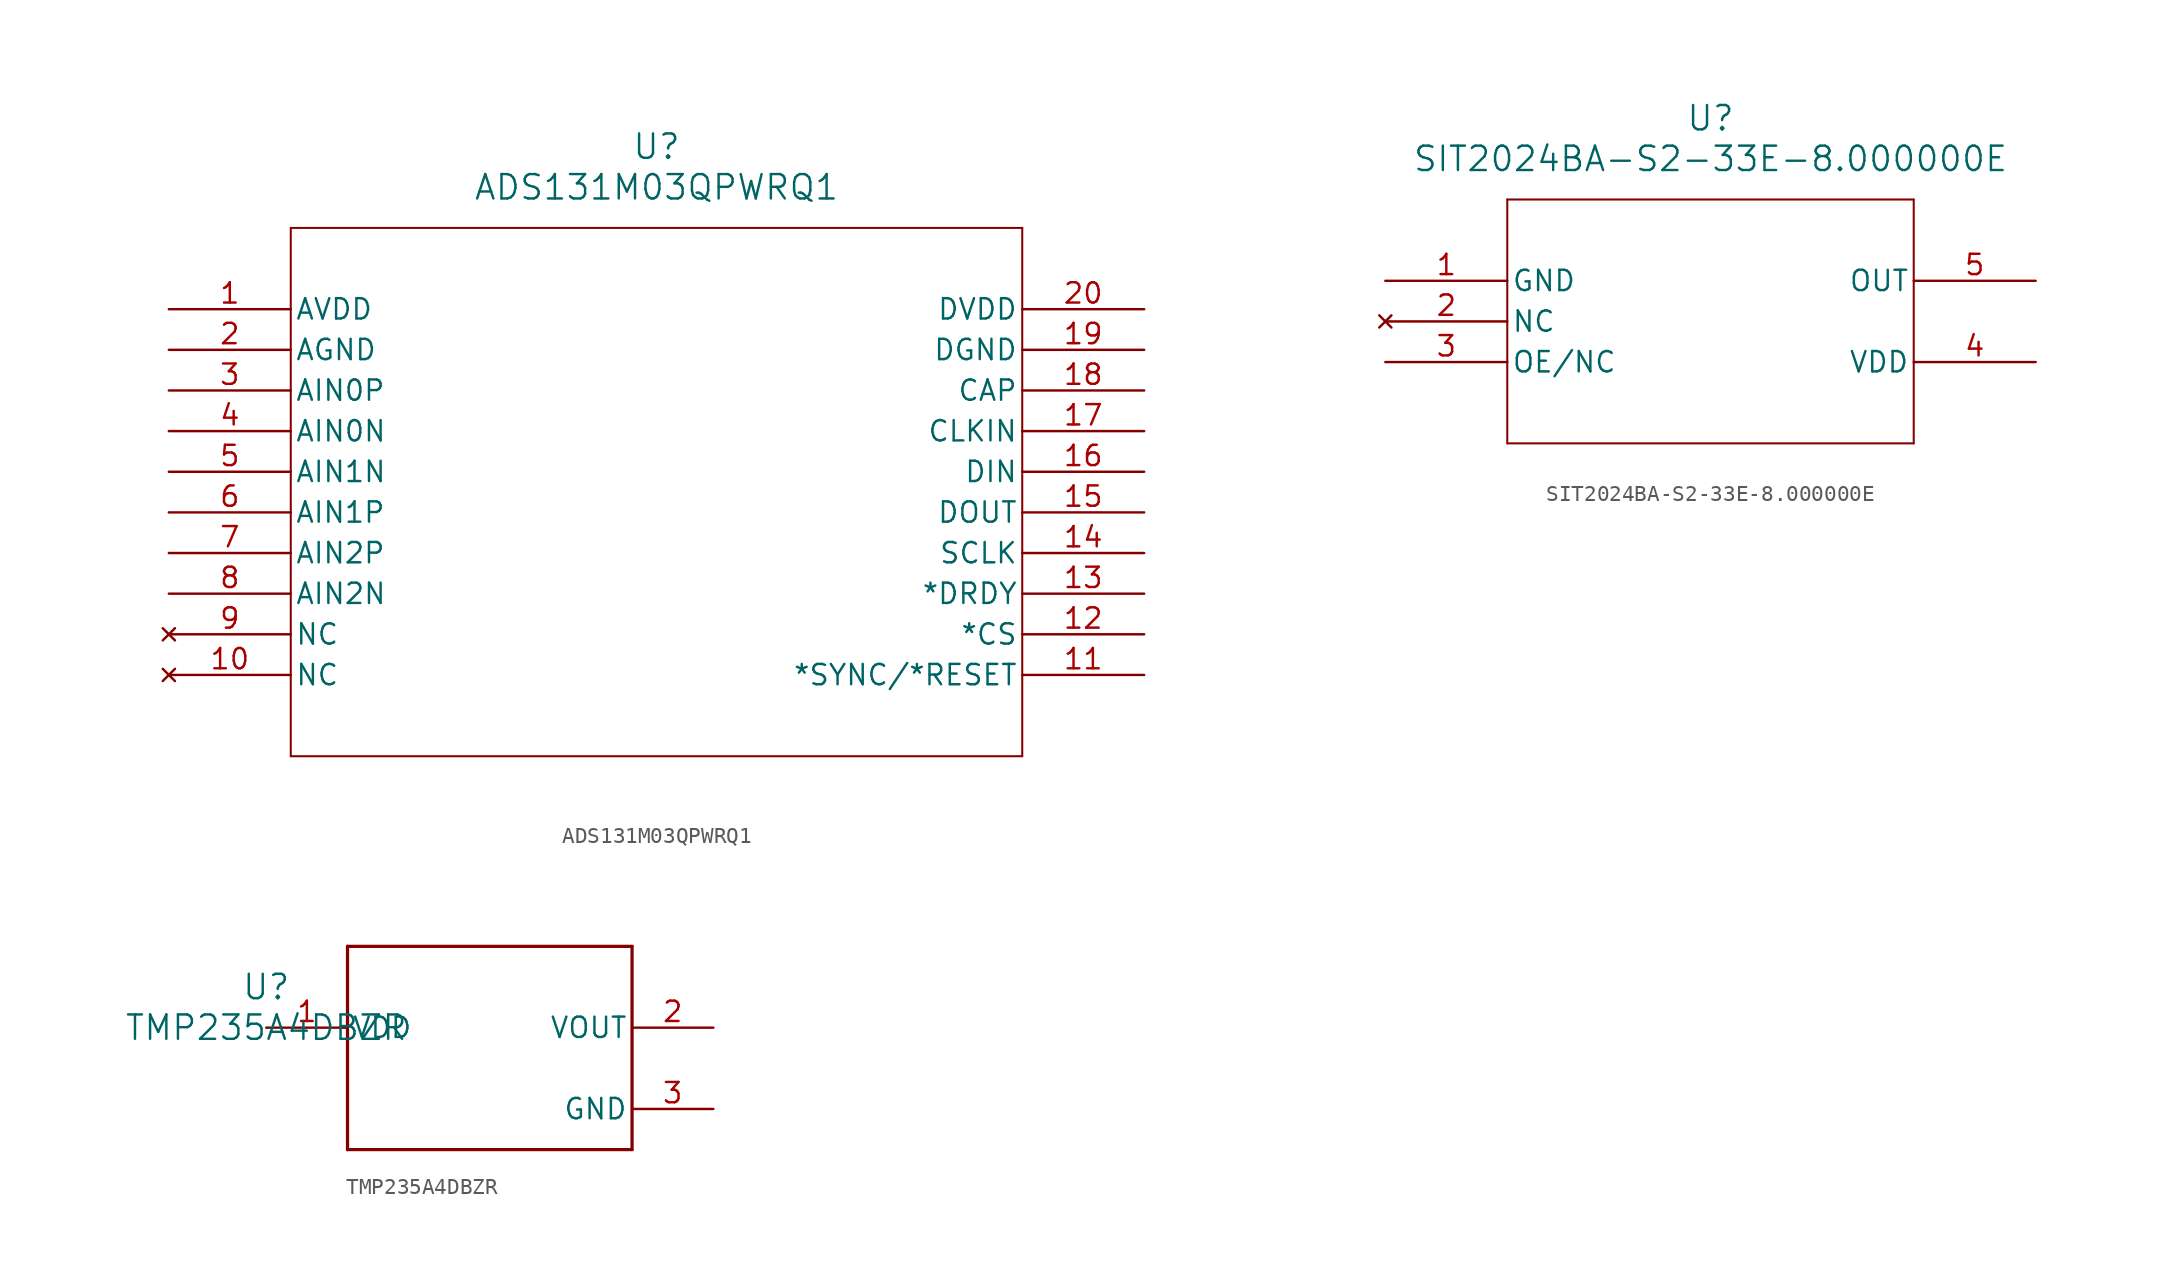
<source format=kicad_sym>
(kicad_symbol_lib
  (version 20241209)
  (generator "kicad_symbol_editor")
  (generator_version "9.0")
  (symbol "ADS131M03QPWRQ1"
    (pin_names
      (offset 0.254))
    (property "Reference" "U"
      (at 30.48 10.16 0)
      (effects (font (size 1.524 1.524))))
    (property "Value" "ADS131M03QPWRQ1"
      (at 30.48 7.62 0)
      (effects (font (size 1.524 1.524))))
    (property "ki_locked" ""
      (at 0 0 0)
      (effects (font (size 1.27 1.27))))
    (symbol "ADS131M03QPWRQ1_0_1"
      (polyline (pts (xy 7.62 5.08) (xy 7.62 -27.94)) (stroke (width 0.127) (type default)) (fill (type none)))
      (polyline (pts (xy 7.62 -27.94) (xy 53.34 -27.94)) (stroke (width 0.127) (type default)) (fill (type none)))
      (polyline (pts (xy 53.34 5.08) (xy 7.62 5.08)) (stroke (width 0.127) (type default)) (fill (type none)))
      (polyline (pts (xy 53.34 -27.94) (xy 53.34 5.08)) (stroke (width 0.127) (type default)) (fill (type none)))
      (pin power_in line (at 0 0 0) (length 7.62) (name "AVDD" (effects (font (size 1.27 1.27)))) (number "1" (effects (font (size 1.27 1.27)))))
      (pin power_out line (at 0 -2.54 0) (length 7.62) (name "AGND" (effects (font (size 1.27 1.27)))) (number "2" (effects (font (size 1.27 1.27)))))
      (pin unspecified line (at 0 -5.08 0) (length 7.62) (name "AIN0P" (effects (font (size 1.27 1.27)))) (number "3" (effects (font (size 1.27 1.27)))))
      (pin unspecified line (at 0 -7.62 0) (length 7.62) (name "AIN0N" (effects (font (size 1.27 1.27)))) (number "4" (effects (font (size 1.27 1.27)))))
      (pin unspecified line (at 0 -10.16 0) (length 7.62) (name "AIN1N" (effects (font (size 1.27 1.27)))) (number "5" (effects (font (size 1.27 1.27)))))
      (pin unspecified line (at 0 -12.7 0) (length 7.62) (name "AIN1P" (effects (font (size 1.27 1.27)))) (number "6" (effects (font (size 1.27 1.27)))))
      (pin unspecified line (at 0 -15.24 0) (length 7.62) (name "AIN2P" (effects (font (size 1.27 1.27)))) (number "7" (effects (font (size 1.27 1.27)))))
      (pin unspecified line (at 0 -17.78 0) (length 7.62) (name "AIN2N" (effects (font (size 1.27 1.27)))) (number "8" (effects (font (size 1.27 1.27)))))
      (pin no_connect line (at 0 -20.32 0) (length 7.62) (name "NC" (effects (font (size 1.27 1.27)))) (number "9" (effects (font (size 1.27 1.27)))))
      (pin no_connect line (at 0 -22.86 0) (length 7.62) (name "NC" (effects (font (size 1.27 1.27)))) (number "10" (effects (font (size 1.27 1.27)))))
      (pin power_out line (at 60.96 -2.54 180) (length 7.62) (name "DGND" (effects (font (size 1.27 1.27)))) (number "19" (effects (font (size 1.27 1.27)))))
      (pin unspecified line (at 60.96 -5.08 180) (length 7.62) (name "CAP" (effects (font (size 1.27 1.27)))) (number "18" (effects (font (size 1.27 1.27)))))
      (pin input line (at 60.96 -7.62 180) (length 7.62) (name "CLKIN" (effects (font (size 1.27 1.27)))) (number "17" (effects (font (size 1.27 1.27)))))
      (pin input line (at 60.96 -10.16 180) (length 7.62) (name "DIN" (effects (font (size 1.27 1.27)))) (number "16" (effects (font (size 1.27 1.27)))))
      (pin output line (at 60.96 -12.7 180) (length 7.62) (name "DOUT" (effects (font (size 1.27 1.27)))) (number "15" (effects (font (size 1.27 1.27)))))
      (pin input line (at 60.96 -15.24 180) (length 7.62) (name "SCLK" (effects (font (size 1.27 1.27)))) (number "14" (effects (font (size 1.27 1.27)))))
      (pin output line (at 60.96 -17.78 180) (length 7.62) (name "*DRDY" (effects (font (size 1.27 1.27)))) (number "13" (effects (font (size 1.27 1.27)))))
      (pin input line (at 60.96 -20.32 180) (length 7.62) (name "*CS" (effects (font (size 1.27 1.27)))) (number "12" (effects (font (size 1.27 1.27)))))
      (pin input line (at 60.96 -22.86 180) (length 7.62) (name "*SYNC/*RESET" (effects (font (size 1.27 1.27)))) (number "11" (effects (font (size 1.27 1.27))))))
    (symbol "ADS131M03QPWRQ1_1_1"
      (pin power_in line (at 60.96 0 180) (length 7.62) (name "DVDD" (effects (font (size 1.27 1.27)))) (number "20" (effects (font (size 1.27 1.27)))))))
  (symbol "SIT2024BA-S2-33E-8.000000E"
    (pin_names
      (offset 0.254))
    (property "Reference" "U"
      (at 20.32 10.16 0)
      (effects (font (size 1.524 1.524))))
    (property "Value" "SIT2024BA-S2-33E-8.000000E"
      (at 20.32 7.62 0)
      (effects (font (size 1.524 1.524))))
    (property "ki_locked" ""
      (at 0 0 0)
      (effects (font (size 1.27 1.27))))
    (symbol "SIT2024BA-S2-33E-8.000000E_0_1"
      (polyline (pts (xy 7.62 5.08) (xy 7.62 -10.16)) (stroke (width 0.127) (type default)) (fill (type none)))
      (polyline (pts (xy 7.62 -10.16) (xy 33.02 -10.16)) (stroke (width 0.127) (type default)) (fill (type none)))
      (polyline (pts (xy 33.02 5.08) (xy 7.62 5.08)) (stroke (width 0.127) (type default)) (fill (type none)))
      (polyline (pts (xy 33.02 -10.16) (xy 33.02 5.08)) (stroke (width 0.127) (type default)) (fill (type none)))
      (pin power_out line (at 0 0 0) (length 7.62) (name "GND" (effects (font (size 1.27 1.27)))) (number "1" (effects (font (size 1.27 1.27)))))
      (pin no_connect line (at 0 -2.54 0) (length 7.62) (name "NC" (effects (font (size 1.27 1.27)))) (number "2" (effects (font (size 1.27 1.27)))))
      (pin unspecified line (at 0 -5.08 0) (length 7.62) (name "OE/NC" (effects (font (size 1.27 1.27)))) (number "3" (effects (font (size 1.27 1.27)))))
      (pin output line (at 40.64 0 180) (length 7.62) (name "OUT" (effects (font (size 1.27 1.27)))) (number "5" (effects (font (size 1.27 1.27)))))
      (pin power_in line (at 40.64 -5.08 180) (length 7.62) (name "VDD" (effects (font (size 1.27 1.27)))) (number "4" (effects (font (size 1.27 1.27)))))))
  (symbol "TMP235A4DBZR"
    (pin_names
      (offset 0.254))
    (property "Reference" "U"
      (at 0 2.54 0)
      (effects (font (size 1.524 1.524))))
    (property "Value" "TMP235A4DBZR"
      (at 0 0 0)
      (effects (font (size 1.524 1.524))))
    (property "ki_locked" ""
      (at 0 0 0)
      (effects (font (size 1.27 1.27))))
    (symbol "TMP235A4DBZR_0_1"
      (polyline (pts (xy 5.08 5.08) (xy 5.08 -7.62)) (stroke (width 0.203) (type default)) (fill (type none)))
      (polyline (pts (xy 5.08 -7.62) (xy 22.86 -7.62)) (stroke (width 0.203) (type default)) (fill (type none)))
      (polyline (pts (xy 22.86 5.08) (xy 5.08 5.08)) (stroke (width 0.203) (type default)) (fill (type none)))
      (polyline (pts (xy 22.86 -7.62) (xy 22.86 5.08)) (stroke (width 0.203) (type default)) (fill (type none)))
      (pin power_in line (at 0 0 0) (length 5.08) (name "VDD" (effects (font (size 1.27 1.27)))) (number "1" (effects (font (size 1.27 1.27)))))
      (pin unspecified line (at 27.94 0 180) (length 5.08) (name "VOUT" (effects (font (size 1.27 1.27)))) (number "2" (effects (font (size 1.27 1.27)))))
      (pin power_in line (at 27.94 -5.08 180) (length 5.08) (name "GND" (effects (font (size 1.27 1.27)))) (number "3" (effects (font (size 1.27 1.27))))))))
</source>
